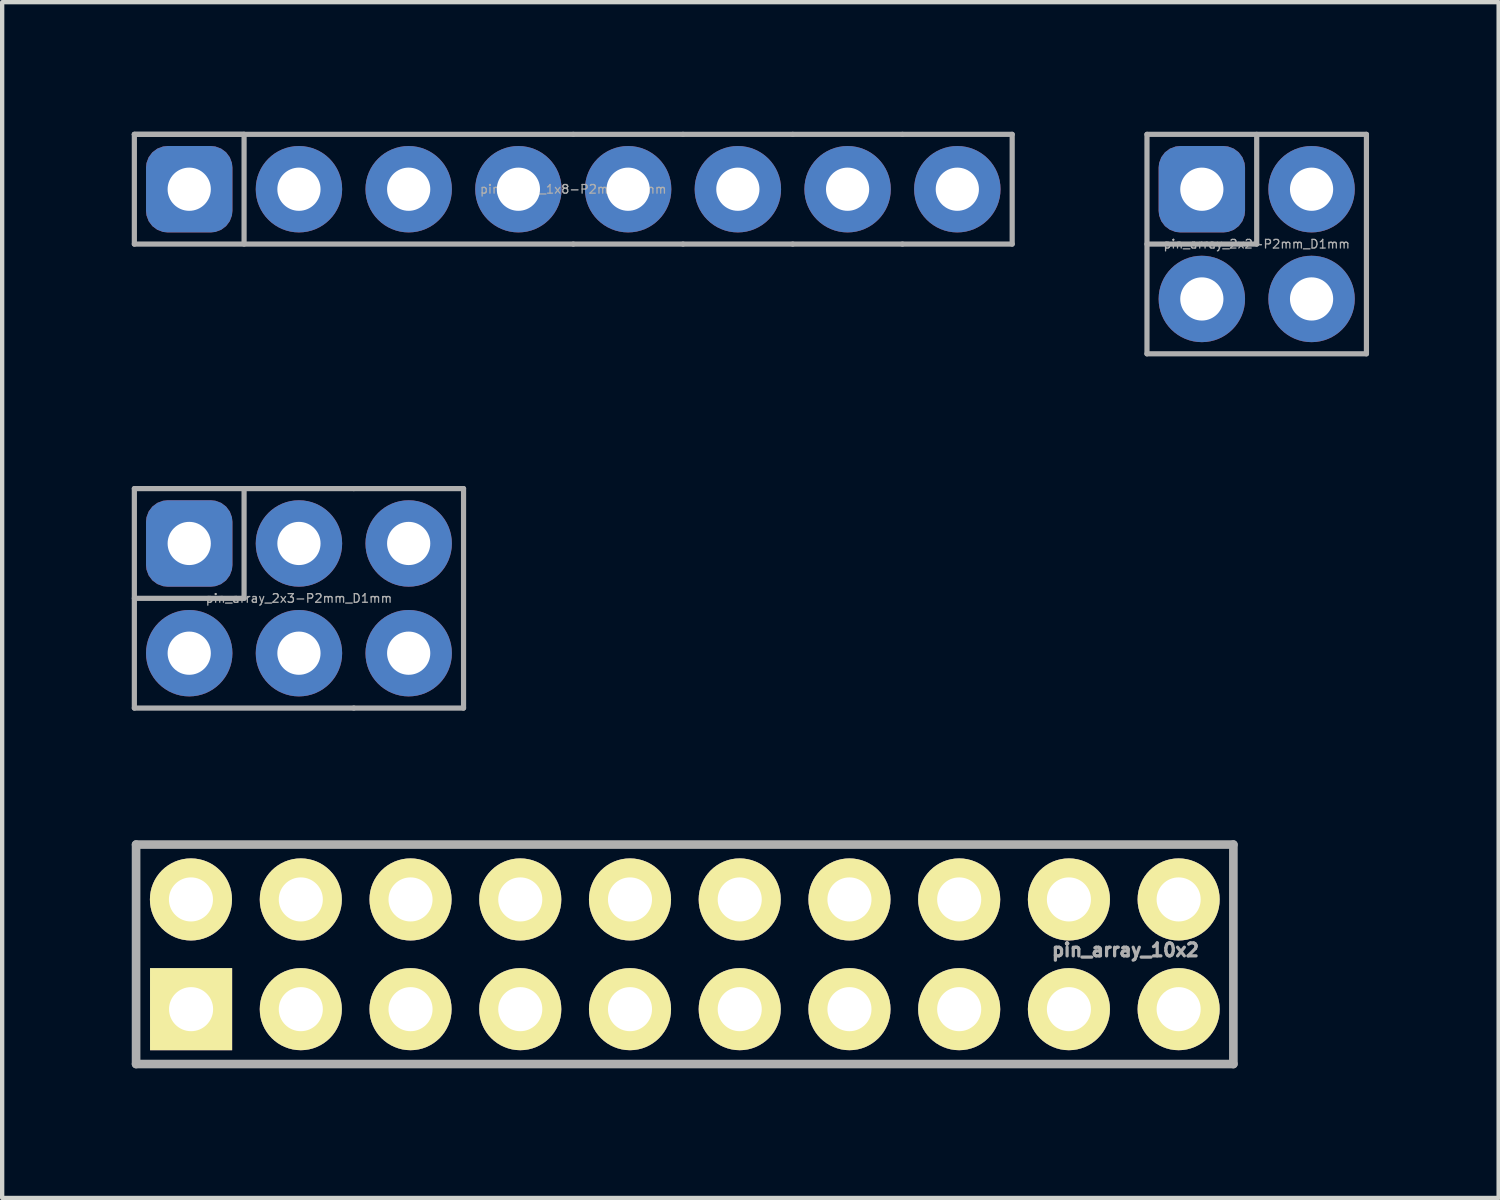
<source format=kicad_pcb>
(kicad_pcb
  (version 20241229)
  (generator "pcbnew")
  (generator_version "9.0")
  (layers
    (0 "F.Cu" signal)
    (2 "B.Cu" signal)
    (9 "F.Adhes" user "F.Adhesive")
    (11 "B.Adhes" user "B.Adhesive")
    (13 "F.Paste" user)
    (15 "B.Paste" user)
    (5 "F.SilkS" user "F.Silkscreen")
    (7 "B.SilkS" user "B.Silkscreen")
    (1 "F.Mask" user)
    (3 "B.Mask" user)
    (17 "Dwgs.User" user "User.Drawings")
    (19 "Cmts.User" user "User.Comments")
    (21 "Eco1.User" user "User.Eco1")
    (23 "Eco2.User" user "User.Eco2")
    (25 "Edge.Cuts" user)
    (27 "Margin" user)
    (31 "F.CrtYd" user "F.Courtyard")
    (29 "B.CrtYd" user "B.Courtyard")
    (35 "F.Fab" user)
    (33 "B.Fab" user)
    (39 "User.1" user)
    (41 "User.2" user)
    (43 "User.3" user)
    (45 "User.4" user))
  (footprint "pin_array_10x2"
    (layer "F.Cu")
    (at 12.8 19.04)
    (property "Reference" "pin_array_10x2" (at 10.201 -0.099 0) (layer "F.Fab") (effects (font (size 0.3 0.3) (thickness 0.075))))
    (attr smd)
    (fp_line (start -12.7 -2.54) (end 12.7 -2.54) (stroke (width 0.2) (type solid)) (layer "F.Fab"))
    (fp_line (start -12.7 2.54) (end -12.7 -2.54) (stroke (width 0.2) (type solid)) (layer "F.Fab"))
    (fp_line (start 12.7 -2.54) (end 12.7 2.54) (stroke (width 0.2) (type solid)) (layer "F.Fab"))
    (fp_line (start 12.7 2.54) (end -12.7 2.54) (stroke (width 0.2) (type solid)) (layer "F.Fab"))
    (pad "1" thru_hole rect (at -11.427 1.27) (size 1.9 1.9) (drill 1.02) (layers "*.Cu" "*.Mask" "F.SilkS"))
    (pad "2" thru_hole circle (at -11.43 -1.27) (size 1.9 1.9) (drill 1.02) (layers "*.Cu" "*.Mask" "F.SilkS"))
    (pad "3" thru_hole circle (at -8.887 1.27) (size 1.9 1.9) (drill 1.02) (layers "*.Cu" "*.Mask" "F.SilkS"))
    (pad "4" thru_hole circle (at -8.887 -1.27) (size 1.9 1.9) (drill 1.02) (layers "*.Cu" "*.Mask" "F.SilkS"))
    (pad "5" thru_hole circle (at -6.347 1.27) (size 1.9 1.9) (drill 1.02) (layers "*.Cu" "*.Mask" "F.SilkS"))
    (pad "6" thru_hole circle (at -6.347 -1.27) (size 1.9 1.9) (drill 1.02) (layers "*.Cu" "*.Mask" "F.SilkS"))
    (pad "7" thru_hole circle (at -3.807 1.27) (size 1.9 1.9) (drill 1.02) (layers "*.Cu" "*.Mask" "F.SilkS"))
    (pad "8" thru_hole circle (at -3.807 -1.27) (size 1.9 1.9) (drill 1.02) (layers "*.Cu" "*.Mask" "F.SilkS"))
    (pad "9" thru_hole circle (at -1.267 1.27) (size 1.9 1.9) (drill 1.02) (layers "*.Cu" "*.Mask" "F.SilkS"))
    (pad "10" thru_hole circle (at -1.267 -1.27) (size 1.9 1.9) (drill 1.02) (layers "*.Cu" "*.Mask" "F.SilkS"))
    (pad "11" thru_hole circle (at 1.273 1.27) (size 1.9 1.9) (drill 1.02) (layers "*.Cu" "*.Mask" "F.SilkS"))
    (pad "12" thru_hole circle (at 1.273 -1.27) (size 1.9 1.9) (drill 1.02) (layers "*.Cu" "*.Mask" "F.SilkS"))
    (pad "13" thru_hole circle (at 3.813 1.27) (size 1.9 1.9) (drill 1.02) (layers "*.Cu" "*.Mask" "F.SilkS"))
    (pad "14" thru_hole circle (at 3.813 -1.27) (size 1.9 1.9) (drill 1.02) (layers "*.Cu" "*.Mask" "F.SilkS"))
    (pad "15" thru_hole circle (at 6.353 1.27) (size 1.9 1.9) (drill 1.02) (layers "*.Cu" "*.Mask" "F.SilkS"))
    (pad "16" thru_hole circle (at 6.353 -1.27) (size 1.9 1.9) (drill 1.02) (layers "*.Cu" "*.Mask" "F.SilkS"))
    (pad "17" thru_hole circle (at 8.893 1.27) (size 1.9 1.9) (drill 1.02) (layers "*.Cu" "*.Mask" "F.SilkS"))
    (pad "18" thru_hole circle (at 8.893 -1.27) (size 1.9 1.9) (drill 1.02) (layers "*.Cu" "*.Mask" "F.SilkS"))
    (pad "19" thru_hole circle (at 11.433 1.27) (size 1.9 1.9) (drill 1.02) (layers "*.Cu" "*.Mask" "F.SilkS"))
    (pad "20" thru_hole circle (at 11.433 -1.27) (size 1.9 1.9) (drill 1.02) (layers "*.Cu" "*.Mask" "F.SilkS")))
  (footprint "pin_array_2x2-P2mm_D1mm"
    (layer "F.Cu")
    (at 26.04 2.6)
    (property "Reference" "pin_array_2x2-P2mm_D1mm" (at 0 0 0) (layer "F.Fab") (effects (font (size 0.2 0.2) (thickness 0.03))))
    (attr through_hole)
    (fp_line (start -2.54 -2.54) (end 2.54 -2.54) (stroke (width 0.12) (type solid)) (layer "F.Fab"))
    (fp_line (start -2.54 2.54) (end -2.54 -2.54) (stroke (width 0.12) (type solid)) (layer "F.Fab"))
    (fp_line (start 0 -2.54) (end 0 0) (stroke (width 0.12) (type solid)) (layer "F.Fab"))
    (fp_line (start 0 0) (end -2.54 0) (stroke (width 0.12) (type solid)) (layer "F.Fab"))
    (fp_line (start 2.54 -2.54) (end 2.54 2.54) (stroke (width 0.12) (type solid)) (layer "F.Fab"))
    (fp_line (start 2.54 2.54) (end -2.54 2.54) (stroke (width 0.12) (type solid)) (layer "F.Fab"))
    (pad "1" thru_hole roundrect (at -1.27 -1.27) (size 2 2) (drill 1) (layers "*.Cu" "*.Mask") (roundrect_rratio 0.25))
    (pad "2" thru_hole circle (at 1.27 -1.27) (size 2 2) (drill 1) (layers "*.Cu" "*.Mask"))
    (pad "3" thru_hole circle (at -1.27 1.27) (size 2 2) (drill 1) (layers "*.Cu" "*.Mask"))
    (pad "4" thru_hole circle (at 1.27 1.27) (size 2 2) (drill 1) (layers "*.Cu" "*.Mask")))
  (footprint "pin_array_1x8-P2mm_D1mm"
    (layer "F.Cu")
    (at 10.22 1.33)
    (property "Reference" "pin_array_1x8-P2mm_D1mm" (at 0 0 0) (layer "F.Fab") (effects (font (size 0.2 0.2) (thickness 0.03))))
    (attr through_hole)
    (fp_line (start -10.16 -1.27) (end -7.62 -1.27) (stroke (width 0.12) (type solid)) (layer "F.Fab"))
    (fp_line (start -10.16 -1.27) (end 0 -1.27) (stroke (width 0.12) (type solid)) (layer "F.Fab"))
    (fp_line (start -10.16 1.27) (end -10.16 -1.27) (stroke (width 0.12) (type solid)) (layer "F.Fab"))
    (fp_line (start -7.62 -1.27) (end -7.62 1.27) (stroke (width 0.12) (type solid)) (layer "F.Fab"))
    (fp_line (start 0 -1.27) (end 2.54 -1.27) (stroke (width 0.12) (type solid)) (layer "F.Fab"))
    (fp_line (start 0 1.27) (end -10.16 1.27) (stroke (width 0.12) (type solid)) (layer "F.Fab"))
    (fp_line (start 2.54 -1.27) (end 5.08 -1.27) (stroke (width 0.12) (type solid)) (layer "F.Fab"))
    (fp_line (start 2.54 1.27) (end 0 1.27) (stroke (width 0.12) (type solid)) (layer "F.Fab"))
    (fp_line (start 5.08 -1.27) (end 7.62 -1.27) (stroke (width 0.12) (type solid)) (layer "F.Fab"))
    (fp_line (start 5.08 1.27) (end 2.54 1.27) (stroke (width 0.12) (type solid)) (layer "F.Fab"))
    (fp_line (start 7.62 -1.27) (end 10.16 -1.27) (stroke (width 0.12) (type solid)) (layer "F.Fab"))
    (fp_line (start 7.62 1.27) (end 5.08 1.27) (stroke (width 0.12) (type solid)) (layer "F.Fab"))
    (fp_line (start 10.16 -1.27) (end 10.16 1.27) (stroke (width 0.12) (type solid)) (layer "F.Fab"))
    (fp_line (start 10.16 1.27) (end 7.62 1.27) (stroke (width 0.12) (type solid)) (layer "F.Fab"))
    (pad "1" thru_hole roundrect (at -8.89 0) (size 2 2) (drill 1) (layers "*.Cu" "*.Mask") (roundrect_rratio 0.25))
    (pad "2" thru_hole circle (at -6.35 0) (size 2 2) (drill 1) (layers "*.Cu" "*.Mask"))
    (pad "3" thru_hole circle (at -3.81 0) (size 2 2) (drill 1) (layers "*.Cu" "*.Mask"))
    (pad "4" thru_hole circle (at -1.27 0) (size 2 2) (drill 1) (layers "*.Cu" "*.Mask"))
    (pad "5" thru_hole circle (at 1.27 0) (size 2 2) (drill 1) (layers "*.Cu" "*.Mask"))
    (pad "6" thru_hole circle (at 3.81 0) (size 2 2) (drill 1) (layers "*.Cu" "*.Mask"))
    (pad "7" thru_hole circle (at 6.35 0) (size 2 2) (drill 1) (layers "*.Cu" "*.Mask"))
    (pad "8" thru_hole circle (at 8.89 0) (size 2 2) (drill 1) (layers "*.Cu" "*.Mask")))
  (footprint "pin_array_2x3-P2mm_D1mm"
    (layer "F.Cu")
    (at 3.87 10.8)
    (property "Reference" "pin_array_2x3-P2mm_D1mm" (at 0 0 0) (layer "F.Fab") (effects (font (size 0.2 0.2) (thickness 0.03))))
    (attr through_hole)
    (fp_line (start -3.81 -2.54) (end 1.27 -2.54) (stroke (width 0.12) (type solid)) (layer "F.Fab"))
    (fp_line (start -3.81 2.54) (end -3.81 -2.54) (stroke (width 0.12) (type solid)) (layer "F.Fab"))
    (fp_line (start -1.27 -2.54) (end -1.27 0) (stroke (width 0.12) (type solid)) (layer "F.Fab"))
    (fp_line (start -1.27 0) (end -3.81 0) (stroke (width 0.12) (type solid)) (layer "F.Fab"))
    (fp_line (start 1.27 -2.54) (end 3.81 -2.54) (stroke (width 0.12) (type solid)) (layer "F.Fab"))
    (fp_line (start 1.27 2.54) (end -3.81 2.54) (stroke (width 0.12) (type solid)) (layer "F.Fab"))
    (fp_line (start 3.81 -2.54) (end 3.81 2.54) (stroke (width 0.12) (type solid)) (layer "F.Fab"))
    (fp_line (start 3.81 2.54) (end 1.27 2.54) (stroke (width 0.12) (type solid)) (layer "F.Fab"))
    (pad "1" thru_hole roundrect (at -2.54 -1.27) (size 2 2) (drill 1) (layers "*.Cu" "*.Mask") (roundrect_rratio 0.25))
    (pad "2" thru_hole circle (at 0 -1.27) (size 2 2) (drill 1) (layers "*.Cu" "*.Mask"))
    (pad "3" thru_hole circle (at 2.54 -1.27) (size 2 2) (drill 1) (layers "*.Cu" "*.Mask"))
    (pad "4" thru_hole circle (at -2.54 1.27) (size 2 2) (drill 1) (layers "*.Cu" "*.Mask"))
    (pad "5" thru_hole circle (at 0 1.27) (size 2 2) (drill 1) (layers "*.Cu" "*.Mask"))
    (pad "6" thru_hole circle (at 2.54 1.27) (size 2 2) (drill 1) (layers "*.Cu" "*.Mask")))
  (gr_rect
    (start -3 -3)
    (end 31.64 24.68)
    (stroke (width 0.1) (type default))
    (fill no)
    (layer "Edge.Cuts")))
</source>
